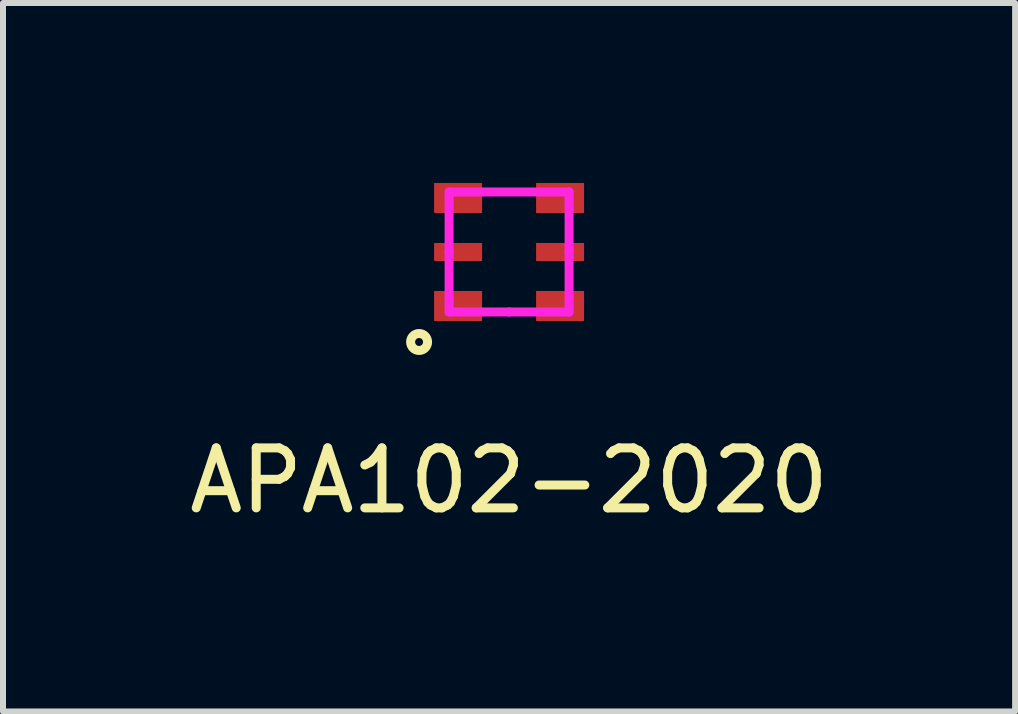
<source format=kicad_pcb>
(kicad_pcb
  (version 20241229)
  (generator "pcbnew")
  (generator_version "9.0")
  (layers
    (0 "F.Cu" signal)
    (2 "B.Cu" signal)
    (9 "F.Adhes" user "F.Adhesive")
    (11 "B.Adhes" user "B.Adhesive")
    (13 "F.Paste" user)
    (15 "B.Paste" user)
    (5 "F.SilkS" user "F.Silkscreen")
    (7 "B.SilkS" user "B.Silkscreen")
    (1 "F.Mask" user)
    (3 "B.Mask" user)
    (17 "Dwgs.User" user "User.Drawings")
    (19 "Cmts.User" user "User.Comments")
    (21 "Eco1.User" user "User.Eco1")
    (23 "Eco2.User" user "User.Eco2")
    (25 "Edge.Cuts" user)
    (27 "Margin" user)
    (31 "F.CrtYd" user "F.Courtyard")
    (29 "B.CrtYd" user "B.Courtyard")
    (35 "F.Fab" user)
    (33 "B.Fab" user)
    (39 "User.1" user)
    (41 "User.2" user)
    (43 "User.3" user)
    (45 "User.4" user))
  (footprint "APA102-2020"
    (layer "F.Cu")
    (at 5.435 1.15)
    (property "Reference" "APA102-2020" (at 0 3.81 0) (layer "F.SilkS") (effects (font (size 1 1) (thickness 0.15))))
    (attr through_hole)
    (fp_circle (center -1.5 1.5) (end -1.4 1.6) (stroke (width 0.15) (type solid)) (fill no) (layer "F.SilkS"))
    (fp_line (start -1 -1) (end -1 0) (stroke (width 0.15) (type solid)) (layer "F.CrtYd"))
    (fp_line (start -1 0) (end -1 1) (stroke (width 0.15) (type solid)) (layer "F.CrtYd"))
    (fp_line (start -1 1) (end 0 1) (stroke (width 0.15) (type solid)) (layer "F.CrtYd"))
    (fp_line (start 0 1) (end 1 1) (stroke (width 0.15) (type solid)) (layer "F.CrtYd"))
    (fp_line (start 1 -1) (end -1 -1) (stroke (width 0.15) (type solid)) (layer "F.CrtYd"))
    (fp_line (start 1 0) (end 1 -1) (stroke (width 0.15) (type solid)) (layer "F.CrtYd"))
    (fp_line (start 1 1) (end 1 0) (stroke (width 0.15) (type solid)) (layer "F.CrtYd"))
    (pad "1" smd rect (at -0.85 0.9) (size 0.8 0.5) (layers "F.Cu" "F.Mask" "F.Paste"))
    (pad "2" smd rect (at -0.85 0) (size 0.8 0.3) (layers "F.Cu" "F.Mask" "F.Paste"))
    (pad "3" smd rect (at -0.85 -0.9) (size 0.8 0.5) (layers "F.Cu" "F.Mask" "F.Paste"))
    (pad "4" smd rect (at 0.85 -0.9) (size 0.8 0.5) (layers "F.Cu" "F.Mask" "F.Paste"))
    (pad "5" smd rect (at 0.85 0) (size 0.8 0.3) (layers "F.Cu" "F.Mask" "F.Paste"))
    (pad "6" smd rect (at 0.85 0.9) (size 0.8 0.5) (layers "F.Cu" "F.Mask" "F.Paste")))
  (gr_rect
    (start -3 -3)
    (end 13.869 8.808)
    (stroke (width 0.1) (type default))
    (fill no)
    (layer "Edge.Cuts")))
</source>
